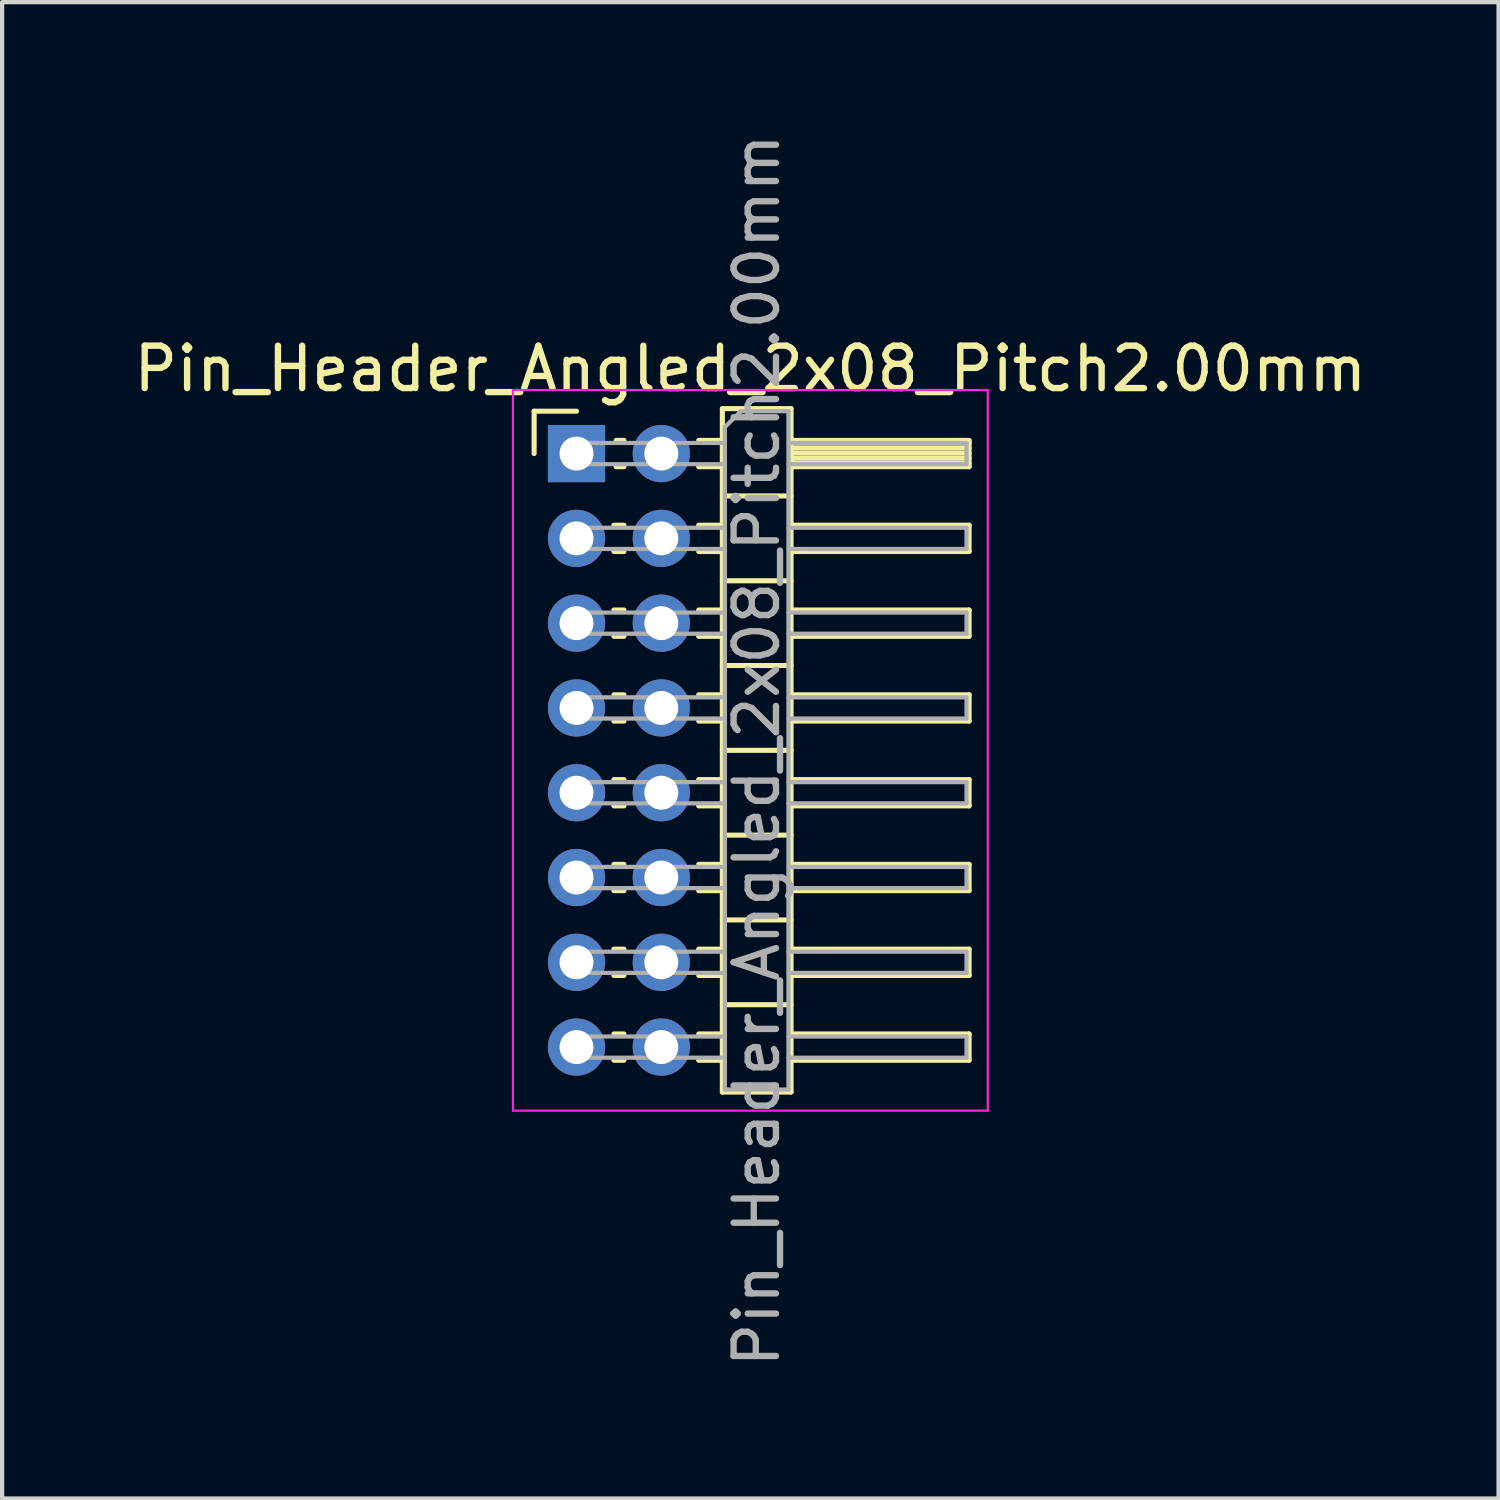
<source format=kicad_pcb>
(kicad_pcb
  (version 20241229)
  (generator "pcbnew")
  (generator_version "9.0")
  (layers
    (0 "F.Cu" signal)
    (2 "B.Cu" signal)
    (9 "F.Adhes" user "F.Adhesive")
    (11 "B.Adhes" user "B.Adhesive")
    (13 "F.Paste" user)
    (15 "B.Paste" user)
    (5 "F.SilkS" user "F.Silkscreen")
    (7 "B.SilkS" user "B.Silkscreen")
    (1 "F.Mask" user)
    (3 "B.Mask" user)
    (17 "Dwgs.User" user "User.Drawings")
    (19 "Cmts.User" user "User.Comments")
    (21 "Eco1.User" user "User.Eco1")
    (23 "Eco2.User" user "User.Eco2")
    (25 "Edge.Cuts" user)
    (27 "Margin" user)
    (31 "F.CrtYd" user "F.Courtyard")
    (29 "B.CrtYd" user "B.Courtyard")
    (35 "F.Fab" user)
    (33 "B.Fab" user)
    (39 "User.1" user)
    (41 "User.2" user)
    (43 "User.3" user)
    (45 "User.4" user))
  (footprint "Pin_Header_Angled_2x08_Pitch2.00mm"
    (layer "F.Cu")
    (at 10.549 7.649)
    (property "Reference" "Pin_Header_Angled_2x08_Pitch2.00mm" (at 4.1 -2 0) (layer "F.SilkS") (effects (font (size 1 1) (thickness 0.15))))
    (attr through_hole)
    (fp_line (start -1 -1) (end 0 -1) (stroke (width 0.12) (type solid)) (layer "F.SilkS"))
    (fp_line (start -1 0) (end -1 -1) (stroke (width 0.12) (type solid)) (layer "F.SilkS"))
    (fp_line (start 0.882 1.69) (end 1.118 1.69) (stroke (width 0.12) (type solid)) (layer "F.SilkS"))
    (fp_line (start 0.882 2.31) (end 1.118 2.31) (stroke (width 0.12) (type solid)) (layer "F.SilkS"))
    (fp_line (start 0.882 3.69) (end 1.118 3.69) (stroke (width 0.12) (type solid)) (layer "F.SilkS"))
    (fp_line (start 0.882 4.31) (end 1.118 4.31) (stroke (width 0.12) (type solid)) (layer "F.SilkS"))
    (fp_line (start 0.882 5.69) (end 1.118 5.69) (stroke (width 0.12) (type solid)) (layer "F.SilkS"))
    (fp_line (start 0.882 6.31) (end 1.118 6.31) (stroke (width 0.12) (type solid)) (layer "F.SilkS"))
    (fp_line (start 0.882 7.69) (end 1.118 7.69) (stroke (width 0.12) (type solid)) (layer "F.SilkS"))
    (fp_line (start 0.882 8.31) (end 1.118 8.31) (stroke (width 0.12) (type solid)) (layer "F.SilkS"))
    (fp_line (start 0.882 9.69) (end 1.118 9.69) (stroke (width 0.12) (type solid)) (layer "F.SilkS"))
    (fp_line (start 0.882 10.31) (end 1.118 10.31) (stroke (width 0.12) (type solid)) (layer "F.SilkS"))
    (fp_line (start 0.882 11.69) (end 1.118 11.69) (stroke (width 0.12) (type solid)) (layer "F.SilkS"))
    (fp_line (start 0.882 12.31) (end 1.118 12.31) (stroke (width 0.12) (type solid)) (layer "F.SilkS"))
    (fp_line (start 0.882 13.69) (end 1.118 13.69) (stroke (width 0.12) (type solid)) (layer "F.SilkS"))
    (fp_line (start 0.882 14.31) (end 1.118 14.31) (stroke (width 0.12) (type solid)) (layer "F.SilkS"))
    (fp_line (start 0.935 -0.31) (end 1.118 -0.31) (stroke (width 0.12) (type solid)) (layer "F.SilkS"))
    (fp_line (start 0.935 0.31) (end 1.118 0.31) (stroke (width 0.12) (type solid)) (layer "F.SilkS"))
    (fp_line (start 2.882 -0.31) (end 3.44 -0.31) (stroke (width 0.12) (type solid)) (layer "F.SilkS"))
    (fp_line (start 2.882 0.31) (end 3.44 0.31) (stroke (width 0.12) (type solid)) (layer "F.SilkS"))
    (fp_line (start 2.882 1.69) (end 3.44 1.69) (stroke (width 0.12) (type solid)) (layer "F.SilkS"))
    (fp_line (start 2.882 2.31) (end 3.44 2.31) (stroke (width 0.12) (type solid)) (layer "F.SilkS"))
    (fp_line (start 2.882 3.69) (end 3.44 3.69) (stroke (width 0.12) (type solid)) (layer "F.SilkS"))
    (fp_line (start 2.882 4.31) (end 3.44 4.31) (stroke (width 0.12) (type solid)) (layer "F.SilkS"))
    (fp_line (start 2.882 5.69) (end 3.44 5.69) (stroke (width 0.12) (type solid)) (layer "F.SilkS"))
    (fp_line (start 2.882 6.31) (end 3.44 6.31) (stroke (width 0.12) (type solid)) (layer "F.SilkS"))
    (fp_line (start 2.882 7.69) (end 3.44 7.69) (stroke (width 0.12) (type solid)) (layer "F.SilkS"))
    (fp_line (start 2.882 8.31) (end 3.44 8.31) (stroke (width 0.12) (type solid)) (layer "F.SilkS"))
    (fp_line (start 2.882 9.69) (end 3.44 9.69) (stroke (width 0.12) (type solid)) (layer "F.SilkS"))
    (fp_line (start 2.882 10.31) (end 3.44 10.31) (stroke (width 0.12) (type solid)) (layer "F.SilkS"))
    (fp_line (start 2.882 11.69) (end 3.44 11.69) (stroke (width 0.12) (type solid)) (layer "F.SilkS"))
    (fp_line (start 2.882 12.31) (end 3.44 12.31) (stroke (width 0.12) (type solid)) (layer "F.SilkS"))
    (fp_line (start 2.882 13.69) (end 3.44 13.69) (stroke (width 0.12) (type solid)) (layer "F.SilkS"))
    (fp_line (start 2.882 14.31) (end 3.44 14.31) (stroke (width 0.12) (type solid)) (layer "F.SilkS"))
    (fp_line (start 3.44 -1.06) (end 3.44 15.06) (stroke (width 0.12) (type solid)) (layer "F.SilkS"))
    (fp_line (start 3.44 1) (end 5.06 1) (stroke (width 0.12) (type solid)) (layer "F.SilkS"))
    (fp_line (start 3.44 3) (end 5.06 3) (stroke (width 0.12) (type solid)) (layer "F.SilkS"))
    (fp_line (start 3.44 5) (end 5.06 5) (stroke (width 0.12) (type solid)) (layer "F.SilkS"))
    (fp_line (start 3.44 7) (end 5.06 7) (stroke (width 0.12) (type solid)) (layer "F.SilkS"))
    (fp_line (start 3.44 9) (end 5.06 9) (stroke (width 0.12) (type solid)) (layer "F.SilkS"))
    (fp_line (start 3.44 11) (end 5.06 11) (stroke (width 0.12) (type solid)) (layer "F.SilkS"))
    (fp_line (start 3.44 13) (end 5.06 13) (stroke (width 0.12) (type solid)) (layer "F.SilkS"))
    (fp_line (start 3.44 15.06) (end 5.06 15.06) (stroke (width 0.12) (type solid)) (layer "F.SilkS"))
    (fp_line (start 5.06 -1.06) (end 3.44 -1.06) (stroke (width 0.12) (type solid)) (layer "F.SilkS"))
    (fp_line (start 5.06 -0.31) (end 9.26 -0.31) (stroke (width 0.12) (type solid)) (layer "F.SilkS"))
    (fp_line (start 5.06 -0.25) (end 9.26 -0.25) (stroke (width 0.12) (type solid)) (layer "F.SilkS"))
    (fp_line (start 5.06 -0.13) (end 9.26 -0.13) (stroke (width 0.12) (type solid)) (layer "F.SilkS"))
    (fp_line (start 5.06 -0.01) (end 9.26 -0.01) (stroke (width 0.12) (type solid)) (layer "F.SilkS"))
    (fp_line (start 5.06 0.11) (end 9.26 0.11) (stroke (width 0.12) (type solid)) (layer "F.SilkS"))
    (fp_line (start 5.06 0.23) (end 9.26 0.23) (stroke (width 0.12) (type solid)) (layer "F.SilkS"))
    (fp_line (start 5.06 1.69) (end 9.26 1.69) (stroke (width 0.12) (type solid)) (layer "F.SilkS"))
    (fp_line (start 5.06 3.69) (end 9.26 3.69) (stroke (width 0.12) (type solid)) (layer "F.SilkS"))
    (fp_line (start 5.06 5.69) (end 9.26 5.69) (stroke (width 0.12) (type solid)) (layer "F.SilkS"))
    (fp_line (start 5.06 7.69) (end 9.26 7.69) (stroke (width 0.12) (type solid)) (layer "F.SilkS"))
    (fp_line (start 5.06 9.69) (end 9.26 9.69) (stroke (width 0.12) (type solid)) (layer "F.SilkS"))
    (fp_line (start 5.06 11.69) (end 9.26 11.69) (stroke (width 0.12) (type solid)) (layer "F.SilkS"))
    (fp_line (start 5.06 13.69) (end 9.26 13.69) (stroke (width 0.12) (type solid)) (layer "F.SilkS"))
    (fp_line (start 5.06 15.06) (end 5.06 -1.06) (stroke (width 0.12) (type solid)) (layer "F.SilkS"))
    (fp_line (start 9.26 -0.31) (end 9.26 0.31) (stroke (width 0.12) (type solid)) (layer "F.SilkS"))
    (fp_line (start 9.26 0.31) (end 5.06 0.31) (stroke (width 0.12) (type solid)) (layer "F.SilkS"))
    (fp_line (start 9.26 1.69) (end 9.26 2.31) (stroke (width 0.12) (type solid)) (layer "F.SilkS"))
    (fp_line (start 9.26 2.31) (end 5.06 2.31) (stroke (width 0.12) (type solid)) (layer "F.SilkS"))
    (fp_line (start 9.26 3.69) (end 9.26 4.31) (stroke (width 0.12) (type solid)) (layer "F.SilkS"))
    (fp_line (start 9.26 4.31) (end 5.06 4.31) (stroke (width 0.12) (type solid)) (layer "F.SilkS"))
    (fp_line (start 9.26 5.69) (end 9.26 6.31) (stroke (width 0.12) (type solid)) (layer "F.SilkS"))
    (fp_line (start 9.26 6.31) (end 5.06 6.31) (stroke (width 0.12) (type solid)) (layer "F.SilkS"))
    (fp_line (start 9.26 7.69) (end 9.26 8.31) (stroke (width 0.12) (type solid)) (layer "F.SilkS"))
    (fp_line (start 9.26 8.31) (end 5.06 8.31) (stroke (width 0.12) (type solid)) (layer "F.SilkS"))
    (fp_line (start 9.26 9.69) (end 9.26 10.31) (stroke (width 0.12) (type solid)) (layer "F.SilkS"))
    (fp_line (start 9.26 10.31) (end 5.06 10.31) (stroke (width 0.12) (type solid)) (layer "F.SilkS"))
    (fp_line (start 9.26 11.69) (end 9.26 12.31) (stroke (width 0.12) (type solid)) (layer "F.SilkS"))
    (fp_line (start 9.26 12.31) (end 5.06 12.31) (stroke (width 0.12) (type solid)) (layer "F.SilkS"))
    (fp_line (start 9.26 13.69) (end 9.26 14.31) (stroke (width 0.12) (type solid)) (layer "F.SilkS"))
    (fp_line (start 9.26 14.31) (end 5.06 14.31) (stroke (width 0.12) (type solid)) (layer "F.SilkS"))
    (fp_line (start -1.5 -1.5) (end -1.5 15.5) (stroke (width 0.05) (type solid)) (layer "F.CrtYd"))
    (fp_line (start -1.5 15.5) (end 9.7 15.5) (stroke (width 0.05) (type solid)) (layer "F.CrtYd"))
    (fp_line (start 9.7 -1.5) (end -1.5 -1.5) (stroke (width 0.05) (type solid)) (layer "F.CrtYd"))
    (fp_line (start 9.7 15.5) (end 9.7 -1.5) (stroke (width 0.05) (type solid)) (layer "F.CrtYd"))
    (fp_line (start -0.25 -0.25) (end -0.25 0.25) (stroke (width 0.1) (type solid)) (layer "F.Fab"))
    (fp_line (start -0.25 -0.25) (end 3.5 -0.25) (stroke (width 0.1) (type solid)) (layer "F.Fab"))
    (fp_line (start -0.25 0.25) (end 3.5 0.25) (stroke (width 0.1) (type solid)) (layer "F.Fab"))
    (fp_line (start -0.25 1.75) (end -0.25 2.25) (stroke (width 0.1) (type solid)) (layer "F.Fab"))
    (fp_line (start -0.25 1.75) (end 3.5 1.75) (stroke (width 0.1) (type solid)) (layer "F.Fab"))
    (fp_line (start -0.25 2.25) (end 3.5 2.25) (stroke (width 0.1) (type solid)) (layer "F.Fab"))
    (fp_line (start -0.25 3.75) (end -0.25 4.25) (stroke (width 0.1) (type solid)) (layer "F.Fab"))
    (fp_line (start -0.25 3.75) (end 3.5 3.75) (stroke (width 0.1) (type solid)) (layer "F.Fab"))
    (fp_line (start -0.25 4.25) (end 3.5 4.25) (stroke (width 0.1) (type solid)) (layer "F.Fab"))
    (fp_line (start -0.25 5.75) (end -0.25 6.25) (stroke (width 0.1) (type solid)) (layer "F.Fab"))
    (fp_line (start -0.25 5.75) (end 3.5 5.75) (stroke (width 0.1) (type solid)) (layer "F.Fab"))
    (fp_line (start -0.25 6.25) (end 3.5 6.25) (stroke (width 0.1) (type solid)) (layer "F.Fab"))
    (fp_line (start -0.25 7.75) (end -0.25 8.25) (stroke (width 0.1) (type solid)) (layer "F.Fab"))
    (fp_line (start -0.25 7.75) (end 3.5 7.75) (stroke (width 0.1) (type solid)) (layer "F.Fab"))
    (fp_line (start -0.25 8.25) (end 3.5 8.25) (stroke (width 0.1) (type solid)) (layer "F.Fab"))
    (fp_line (start -0.25 9.75) (end -0.25 10.25) (stroke (width 0.1) (type solid)) (layer "F.Fab"))
    (fp_line (start -0.25 9.75) (end 3.5 9.75) (stroke (width 0.1) (type solid)) (layer "F.Fab"))
    (fp_line (start -0.25 10.25) (end 3.5 10.25) (stroke (width 0.1) (type solid)) (layer "F.Fab"))
    (fp_line (start -0.25 11.75) (end -0.25 12.25) (stroke (width 0.1) (type solid)) (layer "F.Fab"))
    (fp_line (start -0.25 11.75) (end 3.5 11.75) (stroke (width 0.1) (type solid)) (layer "F.Fab"))
    (fp_line (start -0.25 12.25) (end 3.5 12.25) (stroke (width 0.1) (type solid)) (layer "F.Fab"))
    (fp_line (start -0.25 13.75) (end -0.25 14.25) (stroke (width 0.1) (type solid)) (layer "F.Fab"))
    (fp_line (start -0.25 13.75) (end 3.5 13.75) (stroke (width 0.1) (type solid)) (layer "F.Fab"))
    (fp_line (start -0.25 14.25) (end 3.5 14.25) (stroke (width 0.1) (type solid)) (layer "F.Fab"))
    (fp_line (start 3.5 -0.625) (end 3.875 -1) (stroke (width 0.1) (type solid)) (layer "F.Fab"))
    (fp_line (start 3.5 15) (end 3.5 -0.625) (stroke (width 0.1) (type solid)) (layer "F.Fab"))
    (fp_line (start 3.875 -1) (end 5 -1) (stroke (width 0.1) (type solid)) (layer "F.Fab"))
    (fp_line (start 5 -1) (end 5 15) (stroke (width 0.1) (type solid)) (layer "F.Fab"))
    (fp_line (start 5 -0.25) (end 9.2 -0.25) (stroke (width 0.1) (type solid)) (layer "F.Fab"))
    (fp_line (start 5 0.25) (end 9.2 0.25) (stroke (width 0.1) (type solid)) (layer "F.Fab"))
    (fp_line (start 5 1.75) (end 9.2 1.75) (stroke (width 0.1) (type solid)) (layer "F.Fab"))
    (fp_line (start 5 2.25) (end 9.2 2.25) (stroke (width 0.1) (type solid)) (layer "F.Fab"))
    (fp_line (start 5 3.75) (end 9.2 3.75) (stroke (width 0.1) (type solid)) (layer "F.Fab"))
    (fp_line (start 5 4.25) (end 9.2 4.25) (stroke (width 0.1) (type solid)) (layer "F.Fab"))
    (fp_line (start 5 5.75) (end 9.2 5.75) (stroke (width 0.1) (type solid)) (layer "F.Fab"))
    (fp_line (start 5 6.25) (end 9.2 6.25) (stroke (width 0.1) (type solid)) (layer "F.Fab"))
    (fp_line (start 5 7.75) (end 9.2 7.75) (stroke (width 0.1) (type solid)) (layer "F.Fab"))
    (fp_line (start 5 8.25) (end 9.2 8.25) (stroke (width 0.1) (type solid)) (layer "F.Fab"))
    (fp_line (start 5 9.75) (end 9.2 9.75) (stroke (width 0.1) (type solid)) (layer "F.Fab"))
    (fp_line (start 5 10.25) (end 9.2 10.25) (stroke (width 0.1) (type solid)) (layer "F.Fab"))
    (fp_line (start 5 11.75) (end 9.2 11.75) (stroke (width 0.1) (type solid)) (layer "F.Fab"))
    (fp_line (start 5 12.25) (end 9.2 12.25) (stroke (width 0.1) (type solid)) (layer "F.Fab"))
    (fp_line (start 5 13.75) (end 9.2 13.75) (stroke (width 0.1) (type solid)) (layer "F.Fab"))
    (fp_line (start 5 14.25) (end 9.2 14.25) (stroke (width 0.1) (type solid)) (layer "F.Fab"))
    (fp_line (start 5 15) (end 3.5 15) (stroke (width 0.1) (type solid)) (layer "F.Fab"))
    (fp_line (start 9.2 -0.25) (end 9.2 0.25) (stroke (width 0.1) (type solid)) (layer "F.Fab"))
    (fp_line (start 9.2 1.75) (end 9.2 2.25) (stroke (width 0.1) (type solid)) (layer "F.Fab"))
    (fp_line (start 9.2 3.75) (end 9.2 4.25) (stroke (width 0.1) (type solid)) (layer "F.Fab"))
    (fp_line (start 9.2 5.75) (end 9.2 6.25) (stroke (width 0.1) (type solid)) (layer "F.Fab"))
    (fp_line (start 9.2 7.75) (end 9.2 8.25) (stroke (width 0.1) (type solid)) (layer "F.Fab"))
    (fp_line (start 9.2 9.75) (end 9.2 10.25) (stroke (width 0.1) (type solid)) (layer "F.Fab"))
    (fp_line (start 9.2 11.75) (end 9.2 12.25) (stroke (width 0.1) (type solid)) (layer "F.Fab"))
    (fp_line (start 9.2 13.75) (end 9.2 14.25) (stroke (width 0.1) (type solid)) (layer "F.Fab"))
    (fp_text user "${REFERENCE}" (at 4.25 7 90) (layer "F.Fab") (effects (font (size 1 1) (thickness 0.15))))
    (pad "1" thru_hole rect (at 0 0) (size 1.35 1.35) (drill 0.8) (layers "*.Cu" "*.Mask"))
    (pad "2" thru_hole oval (at 2 0) (size 1.35 1.35) (drill 0.8) (layers "*.Cu" "*.Mask"))
    (pad "3" thru_hole oval (at 0 2) (size 1.35 1.35) (drill 0.8) (layers "*.Cu" "*.Mask"))
    (pad "4" thru_hole oval (at 2 2) (size 1.35 1.35) (drill 0.8) (layers "*.Cu" "*.Mask"))
    (pad "5" thru_hole oval (at 0 4) (size 1.35 1.35) (drill 0.8) (layers "*.Cu" "*.Mask"))
    (pad "6" thru_hole oval (at 2 4) (size 1.35 1.35) (drill 0.8) (layers "*.Cu" "*.Mask"))
    (pad "7" thru_hole oval (at 0 6) (size 1.35 1.35) (drill 0.8) (layers "*.Cu" "*.Mask"))
    (pad "8" thru_hole oval (at 2 6) (size 1.35 1.35) (drill 0.8) (layers "*.Cu" "*.Mask"))
    (pad "9" thru_hole oval (at 0 8) (size 1.35 1.35) (drill 0.8) (layers "*.Cu" "*.Mask"))
    (pad "10" thru_hole oval (at 2 8) (size 1.35 1.35) (drill 0.8) (layers "*.Cu" "*.Mask"))
    (pad "11" thru_hole oval (at 0 10) (size 1.35 1.35) (drill 0.8) (layers "*.Cu" "*.Mask"))
    (pad "12" thru_hole oval (at 2 10) (size 1.35 1.35) (drill 0.8) (layers "*.Cu" "*.Mask"))
    (pad "13" thru_hole oval (at 0 12) (size 1.35 1.35) (drill 0.8) (layers "*.Cu" "*.Mask"))
    (pad "14" thru_hole oval (at 2 12) (size 1.35 1.35) (drill 0.8) (layers "*.Cu" "*.Mask"))
    (pad "15" thru_hole oval (at 0 14) (size 1.35 1.35) (drill 0.8) (layers "*.Cu" "*.Mask"))
    (pad "16" thru_hole oval (at 2 14) (size 1.35 1.35) (drill 0.8) (layers "*.Cu" "*.Mask")))
  (gr_rect
    (start -3 -3)
    (end 32.298 32.298)
    (stroke (width 0.1) (type default))
    (fill no)
    (layer "Edge.Cuts")))
</source>
